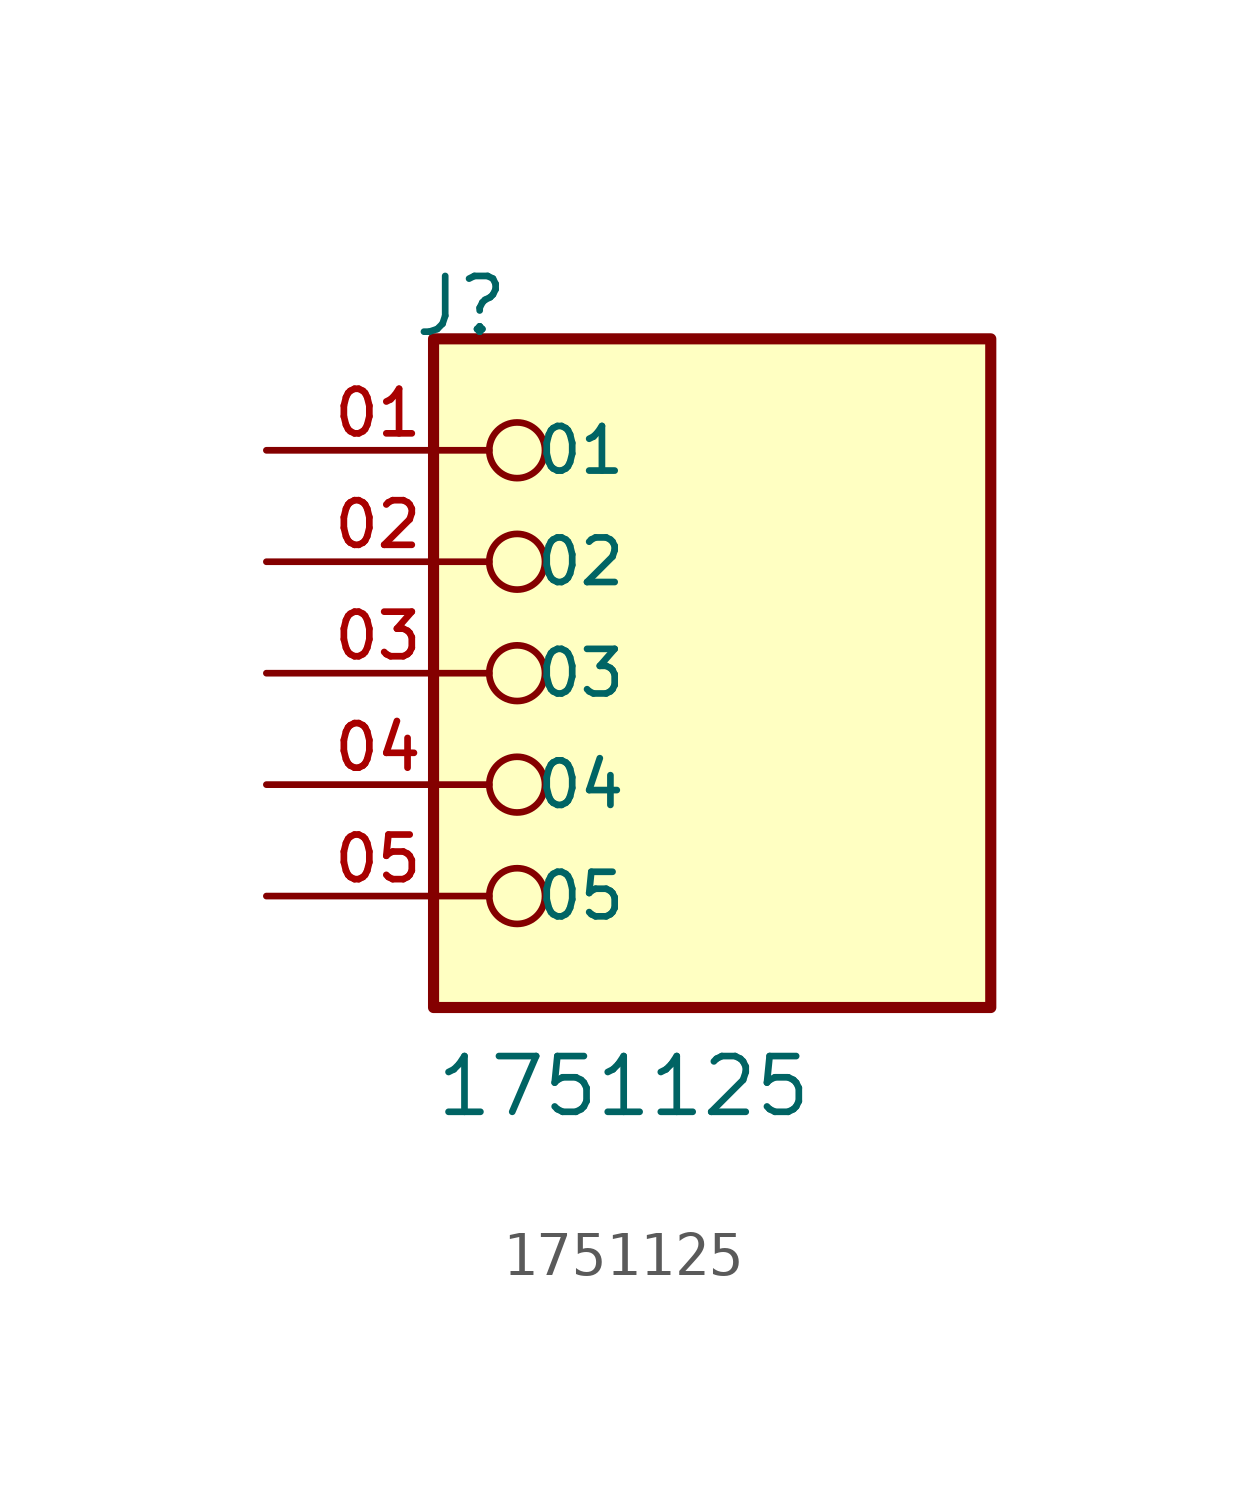
<source format=kicad_sym>
(kicad_symbol_lib
  (version 20211014)
  (generator kicad_symbol_editor)
  (symbol "1751125"
    (pin_names
      (offset 1.016))
    (property "Reference" "J"
      (at -6.85 7.62 0)
      (effects (font (size 1.27 1.27)) (justify bottom left)))
    (property "Value" "1751125"
      (at -6.35 -10.16 0)
      (effects (font (size 1.27 1.27)) (justify bottom left)))
    (symbol "1751125_0_0"
      (circle (center -4.445 5.08) (radius 0.635) (stroke (width 0.152)) (fill (type none)))
      (circle (center -4.445 2.54) (radius 0.635) (stroke (width 0.152)) (fill (type none)))
      (circle (center -4.445 0.0) (radius 0.635) (stroke (width 0.152)) (fill (type none)))
      (circle (center -4.445 -2.54) (radius 0.635) (stroke (width 0.152)) (fill (type none)))
      (circle (center -4.445 -5.08) (radius 0.635) (stroke (width 0.152)) (fill (type none)))
      (rectangle (start -6.35 -7.62) (end 6.35 7.62) (stroke (width 0.254)) (fill (type background)))
      (pin passive line (at -10.16 5.08 0) (length 5.08) (name "01" (effects (font (size 1.016 1.016)))) (number "01" (effects (font (size 1.016 1.016)))))
      (pin passive line (at -10.16 2.54 0) (length 5.08) (name "02" (effects (font (size 1.016 1.016)))) (number "02" (effects (font (size 1.016 1.016)))))
      (pin passive line (at -10.16 0.0 0) (length 5.08) (name "03" (effects (font (size 1.016 1.016)))) (number "03" (effects (font (size 1.016 1.016)))))
      (pin passive line (at -10.16 -2.54 0) (length 5.08) (name "04" (effects (font (size 1.016 1.016)))) (number "04" (effects (font (size 1.016 1.016)))))
      (pin passive line (at -10.16 -5.08 0) (length 5.08) (name "05" (effects (font (size 1.016 1.016)))) (number "05" (effects (font (size 1.016 1.016))))))))
</source>
